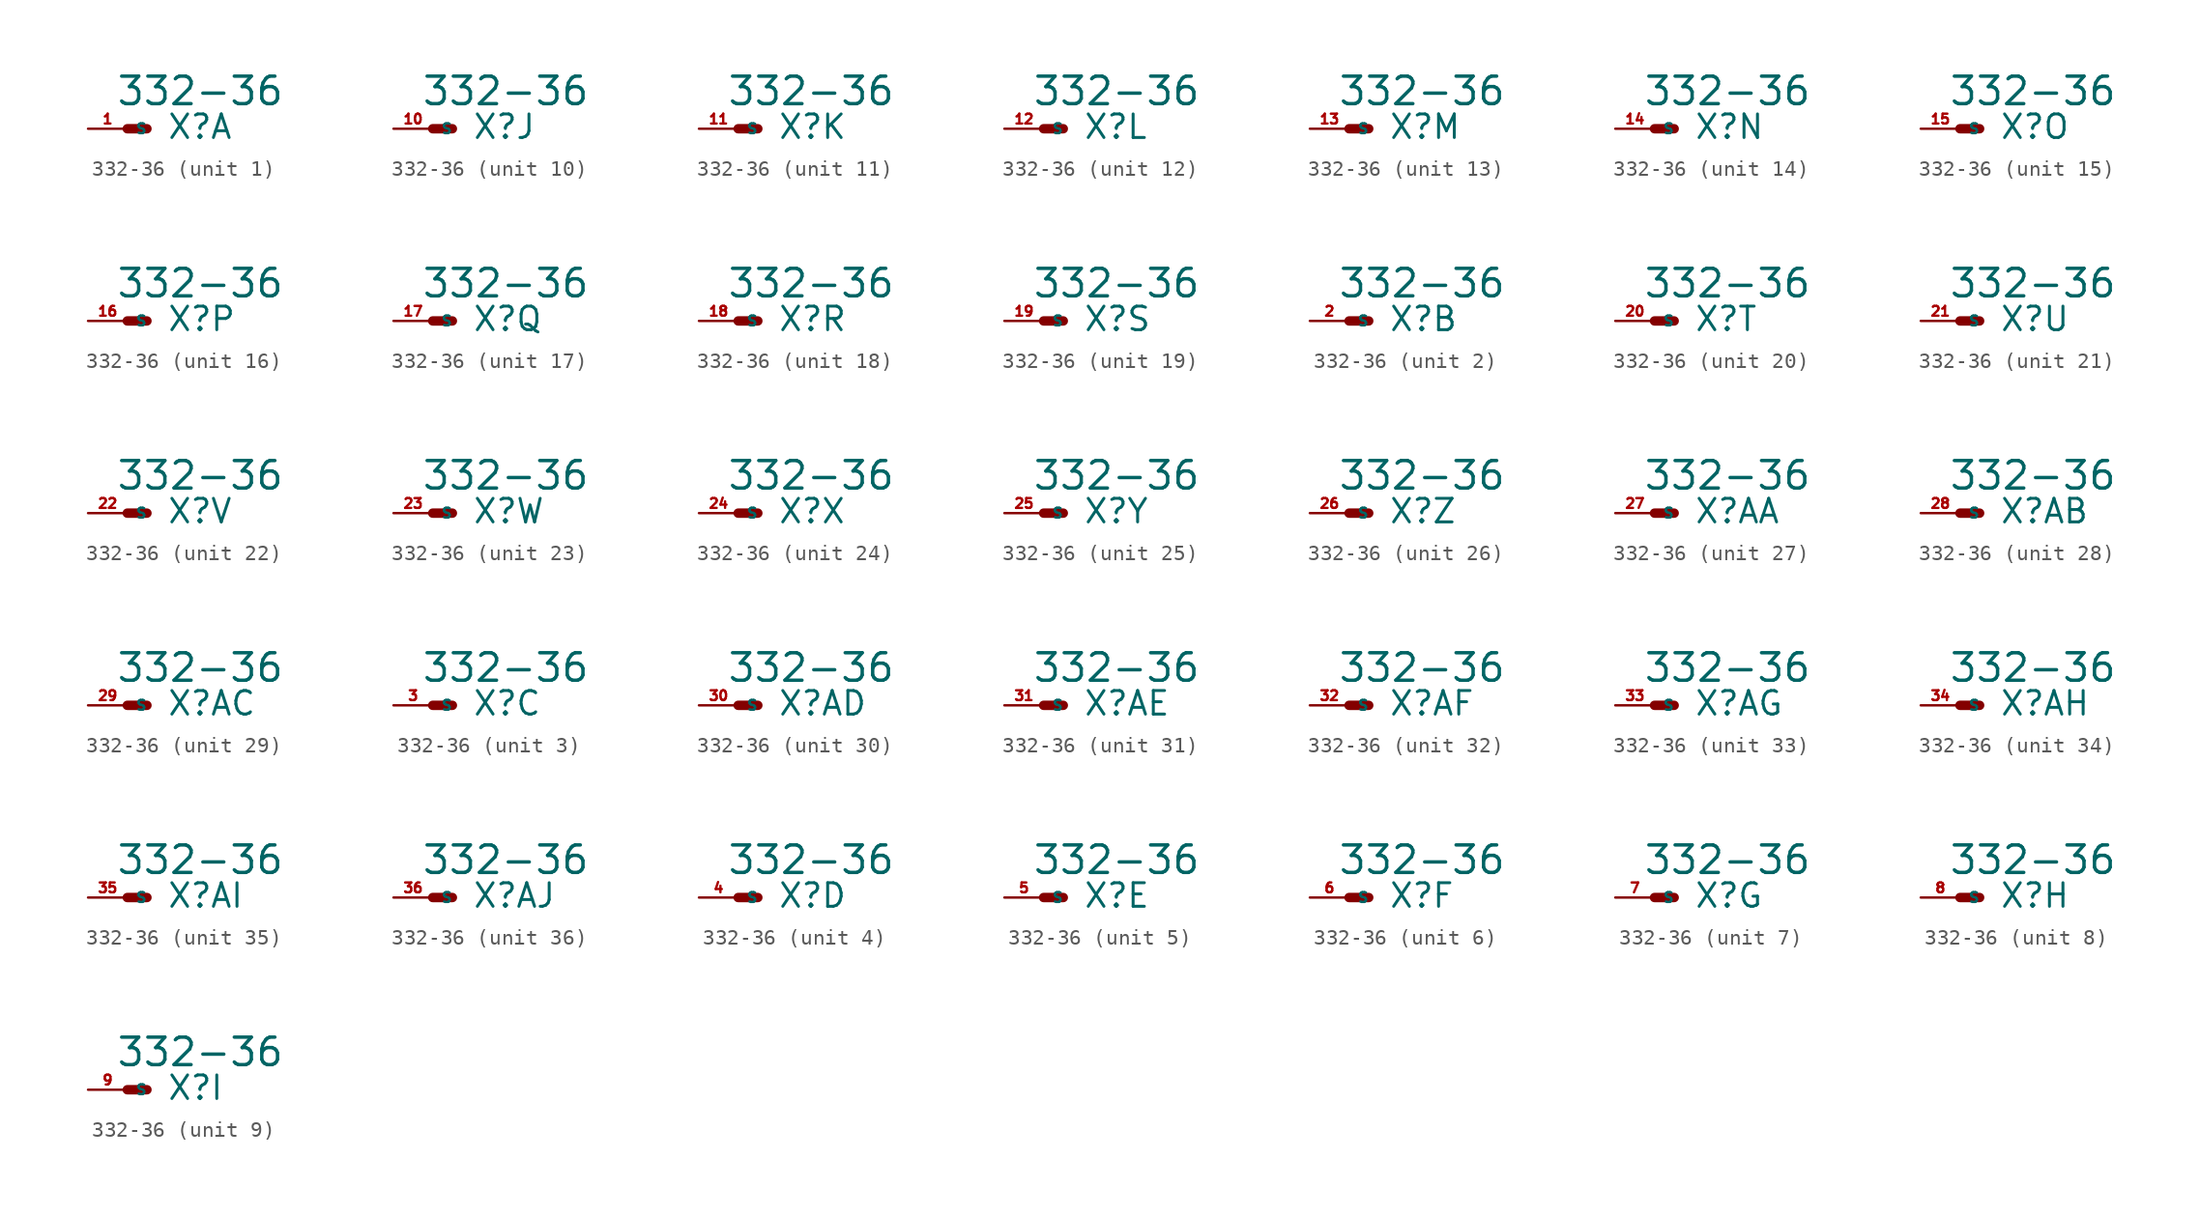
<source format=kicad_sym>
(kicad_symbol_lib
  (version 20220914)
  (generator Eagle2Kicad)
  (symbol "332-36"
    (property "Reference" "X"
      (at 2.54 -0.762 0)
      (effects (font (size 1.524 1.524) (thickness 0.19)) (justify left bottom)))
    (property "Value" "332-36"
      (at -0.762 1.397 0)
      (effects (font (size 1.778 1.778) (thickness 0.22)) (justify left bottom)))
    (symbol "332-36_1_0"
      (polyline (pts (xy 1.27 0) (xy 0 0)) (stroke (width 0.61) (type default)) (fill (type none)))
      (pin passive line (at -2.54 0 0) (length 2.54) (name "S" (effects (font (size 0.635 0.635) (thickness 0.08)) (justify left bottom))) (number "1" (effects (font (size 0.635 0.635) (thickness 0.08)) (justify left bottom)))))
    (symbol "332-36_2_0"
      (polyline (pts (xy 1.27 0) (xy 0 0)) (stroke (width 0.61) (type default)) (fill (type none)))
      (pin passive line (at -2.54 0 0) (length 2.54) (name "S" (effects (font (size 0.635 0.635) (thickness 0.08)) (justify left bottom))) (number "2" (effects (font (size 0.635 0.635) (thickness 0.08)) (justify left bottom)))))
    (symbol "332-36_3_0"
      (polyline (pts (xy 1.27 0) (xy 0 0)) (stroke (width 0.61) (type default)) (fill (type none)))
      (pin passive line (at -2.54 0 0) (length 2.54) (name "S" (effects (font (size 0.635 0.635) (thickness 0.08)) (justify left bottom))) (number "3" (effects (font (size 0.635 0.635) (thickness 0.08)) (justify left bottom)))))
    (symbol "332-36_4_0"
      (polyline (pts (xy 1.27 0) (xy 0 0)) (stroke (width 0.61) (type default)) (fill (type none)))
      (pin passive line (at -2.54 0 0) (length 2.54) (name "S" (effects (font (size 0.635 0.635) (thickness 0.08)) (justify left bottom))) (number "4" (effects (font (size 0.635 0.635) (thickness 0.08)) (justify left bottom)))))
    (symbol "332-36_5_0"
      (polyline (pts (xy 1.27 0) (xy 0 0)) (stroke (width 0.61) (type default)) (fill (type none)))
      (pin passive line (at -2.54 0 0) (length 2.54) (name "S" (effects (font (size 0.635 0.635) (thickness 0.08)) (justify left bottom))) (number "5" (effects (font (size 0.635 0.635) (thickness 0.08)) (justify left bottom)))))
    (symbol "332-36_6_0"
      (polyline (pts (xy 1.27 0) (xy 0 0)) (stroke (width 0.61) (type default)) (fill (type none)))
      (pin passive line (at -2.54 0 0) (length 2.54) (name "S" (effects (font (size 0.635 0.635) (thickness 0.08)) (justify left bottom))) (number "6" (effects (font (size 0.635 0.635) (thickness 0.08)) (justify left bottom)))))
    (symbol "332-36_7_0"
      (polyline (pts (xy 1.27 0) (xy 0 0)) (stroke (width 0.61) (type default)) (fill (type none)))
      (pin passive line (at -2.54 0 0) (length 2.54) (name "S" (effects (font (size 0.635 0.635) (thickness 0.08)) (justify left bottom))) (number "7" (effects (font (size 0.635 0.635) (thickness 0.08)) (justify left bottom)))))
    (symbol "332-36_8_0"
      (polyline (pts (xy 1.27 0) (xy 0 0)) (stroke (width 0.61) (type default)) (fill (type none)))
      (pin passive line (at -2.54 0 0) (length 2.54) (name "S" (effects (font (size 0.635 0.635) (thickness 0.08)) (justify left bottom))) (number "8" (effects (font (size 0.635 0.635) (thickness 0.08)) (justify left bottom)))))
    (symbol "332-36_9_0"
      (polyline (pts (xy 1.27 0) (xy 0 0)) (stroke (width 0.61) (type default)) (fill (type none)))
      (pin passive line (at -2.54 0 0) (length 2.54) (name "S" (effects (font (size 0.635 0.635) (thickness 0.08)) (justify left bottom))) (number "9" (effects (font (size 0.635 0.635) (thickness 0.08)) (justify left bottom)))))
    (symbol "332-36_10_0"
      (polyline (pts (xy 1.27 0) (xy 0 0)) (stroke (width 0.61) (type default)) (fill (type none)))
      (pin passive line (at -2.54 0 0) (length 2.54) (name "S" (effects (font (size 0.635 0.635) (thickness 0.08)) (justify left bottom))) (number "10" (effects (font (size 0.635 0.635) (thickness 0.08)) (justify left bottom)))))
    (symbol "332-36_11_0"
      (polyline (pts (xy 1.27 0) (xy 0 0)) (stroke (width 0.61) (type default)) (fill (type none)))
      (pin passive line (at -2.54 0 0) (length 2.54) (name "S" (effects (font (size 0.635 0.635) (thickness 0.08)) (justify left bottom))) (number "11" (effects (font (size 0.635 0.635) (thickness 0.08)) (justify left bottom)))))
    (symbol "332-36_12_0"
      (polyline (pts (xy 1.27 0) (xy 0 0)) (stroke (width 0.61) (type default)) (fill (type none)))
      (pin passive line (at -2.54 0 0) (length 2.54) (name "S" (effects (font (size 0.635 0.635) (thickness 0.08)) (justify left bottom))) (number "12" (effects (font (size 0.635 0.635) (thickness 0.08)) (justify left bottom)))))
    (symbol "332-36_13_0"
      (polyline (pts (xy 1.27 0) (xy 0 0)) (stroke (width 0.61) (type default)) (fill (type none)))
      (pin passive line (at -2.54 0 0) (length 2.54) (name "S" (effects (font (size 0.635 0.635) (thickness 0.08)) (justify left bottom))) (number "13" (effects (font (size 0.635 0.635) (thickness 0.08)) (justify left bottom)))))
    (symbol "332-36_14_0"
      (polyline (pts (xy 1.27 0) (xy 0 0)) (stroke (width 0.61) (type default)) (fill (type none)))
      (pin passive line (at -2.54 0 0) (length 2.54) (name "S" (effects (font (size 0.635 0.635) (thickness 0.08)) (justify left bottom))) (number "14" (effects (font (size 0.635 0.635) (thickness 0.08)) (justify left bottom)))))
    (symbol "332-36_15_0"
      (polyline (pts (xy 1.27 0) (xy 0 0)) (stroke (width 0.61) (type default)) (fill (type none)))
      (pin passive line (at -2.54 0 0) (length 2.54) (name "S" (effects (font (size 0.635 0.635) (thickness 0.08)) (justify left bottom))) (number "15" (effects (font (size 0.635 0.635) (thickness 0.08)) (justify left bottom)))))
    (symbol "332-36_16_0"
      (polyline (pts (xy 1.27 0) (xy 0 0)) (stroke (width 0.61) (type default)) (fill (type none)))
      (pin passive line (at -2.54 0 0) (length 2.54) (name "S" (effects (font (size 0.635 0.635) (thickness 0.08)) (justify left bottom))) (number "16" (effects (font (size 0.635 0.635) (thickness 0.08)) (justify left bottom)))))
    (symbol "332-36_17_0"
      (polyline (pts (xy 1.27 0) (xy 0 0)) (stroke (width 0.61) (type default)) (fill (type none)))
      (pin passive line (at -2.54 0 0) (length 2.54) (name "S" (effects (font (size 0.635 0.635) (thickness 0.08)) (justify left bottom))) (number "17" (effects (font (size 0.635 0.635) (thickness 0.08)) (justify left bottom)))))
    (symbol "332-36_18_0"
      (polyline (pts (xy 1.27 0) (xy 0 0)) (stroke (width 0.61) (type default)) (fill (type none)))
      (pin passive line (at -2.54 0 0) (length 2.54) (name "S" (effects (font (size 0.635 0.635) (thickness 0.08)) (justify left bottom))) (number "18" (effects (font (size 0.635 0.635) (thickness 0.08)) (justify left bottom)))))
    (symbol "332-36_19_0"
      (polyline (pts (xy 1.27 0) (xy 0 0)) (stroke (width 0.61) (type default)) (fill (type none)))
      (pin passive line (at -2.54 0 0) (length 2.54) (name "S" (effects (font (size 0.635 0.635) (thickness 0.08)) (justify left bottom))) (number "19" (effects (font (size 0.635 0.635) (thickness 0.08)) (justify left bottom)))))
    (symbol "332-36_20_0"
      (polyline (pts (xy 1.27 0) (xy 0 0)) (stroke (width 0.61) (type default)) (fill (type none)))
      (pin passive line (at -2.54 0 0) (length 2.54) (name "S" (effects (font (size 0.635 0.635) (thickness 0.08)) (justify left bottom))) (number "20" (effects (font (size 0.635 0.635) (thickness 0.08)) (justify left bottom)))))
    (symbol "332-36_21_0"
      (polyline (pts (xy 1.27 0) (xy 0 0)) (stroke (width 0.61) (type default)) (fill (type none)))
      (pin passive line (at -2.54 0 0) (length 2.54) (name "S" (effects (font (size 0.635 0.635) (thickness 0.08)) (justify left bottom))) (number "21" (effects (font (size 0.635 0.635) (thickness 0.08)) (justify left bottom)))))
    (symbol "332-36_22_0"
      (polyline (pts (xy 1.27 0) (xy 0 0)) (stroke (width 0.61) (type default)) (fill (type none)))
      (pin passive line (at -2.54 0 0) (length 2.54) (name "S" (effects (font (size 0.635 0.635) (thickness 0.08)) (justify left bottom))) (number "22" (effects (font (size 0.635 0.635) (thickness 0.08)) (justify left bottom)))))
    (symbol "332-36_23_0"
      (polyline (pts (xy 1.27 0) (xy 0 0)) (stroke (width 0.61) (type default)) (fill (type none)))
      (pin passive line (at -2.54 0 0) (length 2.54) (name "S" (effects (font (size 0.635 0.635) (thickness 0.08)) (justify left bottom))) (number "23" (effects (font (size 0.635 0.635) (thickness 0.08)) (justify left bottom)))))
    (symbol "332-36_24_0"
      (polyline (pts (xy 1.27 0) (xy 0 0)) (stroke (width 0.61) (type default)) (fill (type none)))
      (pin passive line (at -2.54 0 0) (length 2.54) (name "S" (effects (font (size 0.635 0.635) (thickness 0.08)) (justify left bottom))) (number "24" (effects (font (size 0.635 0.635) (thickness 0.08)) (justify left bottom)))))
    (symbol "332-36_25_0"
      (polyline (pts (xy 1.27 0) (xy 0 0)) (stroke (width 0.61) (type default)) (fill (type none)))
      (pin passive line (at -2.54 0 0) (length 2.54) (name "S" (effects (font (size 0.635 0.635) (thickness 0.08)) (justify left bottom))) (number "25" (effects (font (size 0.635 0.635) (thickness 0.08)) (justify left bottom)))))
    (symbol "332-36_26_0"
      (polyline (pts (xy 1.27 0) (xy 0 0)) (stroke (width 0.61) (type default)) (fill (type none)))
      (pin passive line (at -2.54 0 0) (length 2.54) (name "S" (effects (font (size 0.635 0.635) (thickness 0.08)) (justify left bottom))) (number "26" (effects (font (size 0.635 0.635) (thickness 0.08)) (justify left bottom)))))
    (symbol "332-36_27_0"
      (polyline (pts (xy 1.27 0) (xy 0 0)) (stroke (width 0.61) (type default)) (fill (type none)))
      (pin passive line (at -2.54 0 0) (length 2.54) (name "S" (effects (font (size 0.635 0.635) (thickness 0.08)) (justify left bottom))) (number "27" (effects (font (size 0.635 0.635) (thickness 0.08)) (justify left bottom)))))
    (symbol "332-36_28_0"
      (polyline (pts (xy 1.27 0) (xy 0 0)) (stroke (width 0.61) (type default)) (fill (type none)))
      (pin passive line (at -2.54 0 0) (length 2.54) (name "S" (effects (font (size 0.635 0.635) (thickness 0.08)) (justify left bottom))) (number "28" (effects (font (size 0.635 0.635) (thickness 0.08)) (justify left bottom)))))
    (symbol "332-36_29_0"
      (polyline (pts (xy 1.27 0) (xy 0 0)) (stroke (width 0.61) (type default)) (fill (type none)))
      (pin passive line (at -2.54 0 0) (length 2.54) (name "S" (effects (font (size 0.635 0.635) (thickness 0.08)) (justify left bottom))) (number "29" (effects (font (size 0.635 0.635) (thickness 0.08)) (justify left bottom)))))
    (symbol "332-36_30_0"
      (polyline (pts (xy 1.27 0) (xy 0 0)) (stroke (width 0.61) (type default)) (fill (type none)))
      (pin passive line (at -2.54 0 0) (length 2.54) (name "S" (effects (font (size 0.635 0.635) (thickness 0.08)) (justify left bottom))) (number "30" (effects (font (size 0.635 0.635) (thickness 0.08)) (justify left bottom)))))
    (symbol "332-36_31_0"
      (polyline (pts (xy 1.27 0) (xy 0 0)) (stroke (width 0.61) (type default)) (fill (type none)))
      (pin passive line (at -2.54 0 0) (length 2.54) (name "S" (effects (font (size 0.635 0.635) (thickness 0.08)) (justify left bottom))) (number "31" (effects (font (size 0.635 0.635) (thickness 0.08)) (justify left bottom)))))
    (symbol "332-36_32_0"
      (polyline (pts (xy 1.27 0) (xy 0 0)) (stroke (width 0.61) (type default)) (fill (type none)))
      (pin passive line (at -2.54 0 0) (length 2.54) (name "S" (effects (font (size 0.635 0.635) (thickness 0.08)) (justify left bottom))) (number "32" (effects (font (size 0.635 0.635) (thickness 0.08)) (justify left bottom)))))
    (symbol "332-36_33_0"
      (polyline (pts (xy 1.27 0) (xy 0 0)) (stroke (width 0.61) (type default)) (fill (type none)))
      (pin passive line (at -2.54 0 0) (length 2.54) (name "S" (effects (font (size 0.635 0.635) (thickness 0.08)) (justify left bottom))) (number "33" (effects (font (size 0.635 0.635) (thickness 0.08)) (justify left bottom)))))
    (symbol "332-36_34_0"
      (polyline (pts (xy 1.27 0) (xy 0 0)) (stroke (width 0.61) (type default)) (fill (type none)))
      (pin passive line (at -2.54 0 0) (length 2.54) (name "S" (effects (font (size 0.635 0.635) (thickness 0.08)) (justify left bottom))) (number "34" (effects (font (size 0.635 0.635) (thickness 0.08)) (justify left bottom)))))
    (symbol "332-36_35_0"
      (polyline (pts (xy 1.27 0) (xy 0 0)) (stroke (width 0.61) (type default)) (fill (type none)))
      (pin passive line (at -2.54 0 0) (length 2.54) (name "S" (effects (font (size 0.635 0.635) (thickness 0.08)) (justify left bottom))) (number "35" (effects (font (size 0.635 0.635) (thickness 0.08)) (justify left bottom)))))
    (symbol "332-36_36_0"
      (polyline (pts (xy 1.27 0) (xy 0 0)) (stroke (width 0.61) (type default)) (fill (type none)))
      (pin passive line (at -2.54 0 0) (length 2.54) (name "S" (effects (font (size 0.635 0.635) (thickness 0.08)) (justify left bottom))) (number "36" (effects (font (size 0.635 0.635) (thickness 0.08)) (justify left bottom)))))))
</source>
